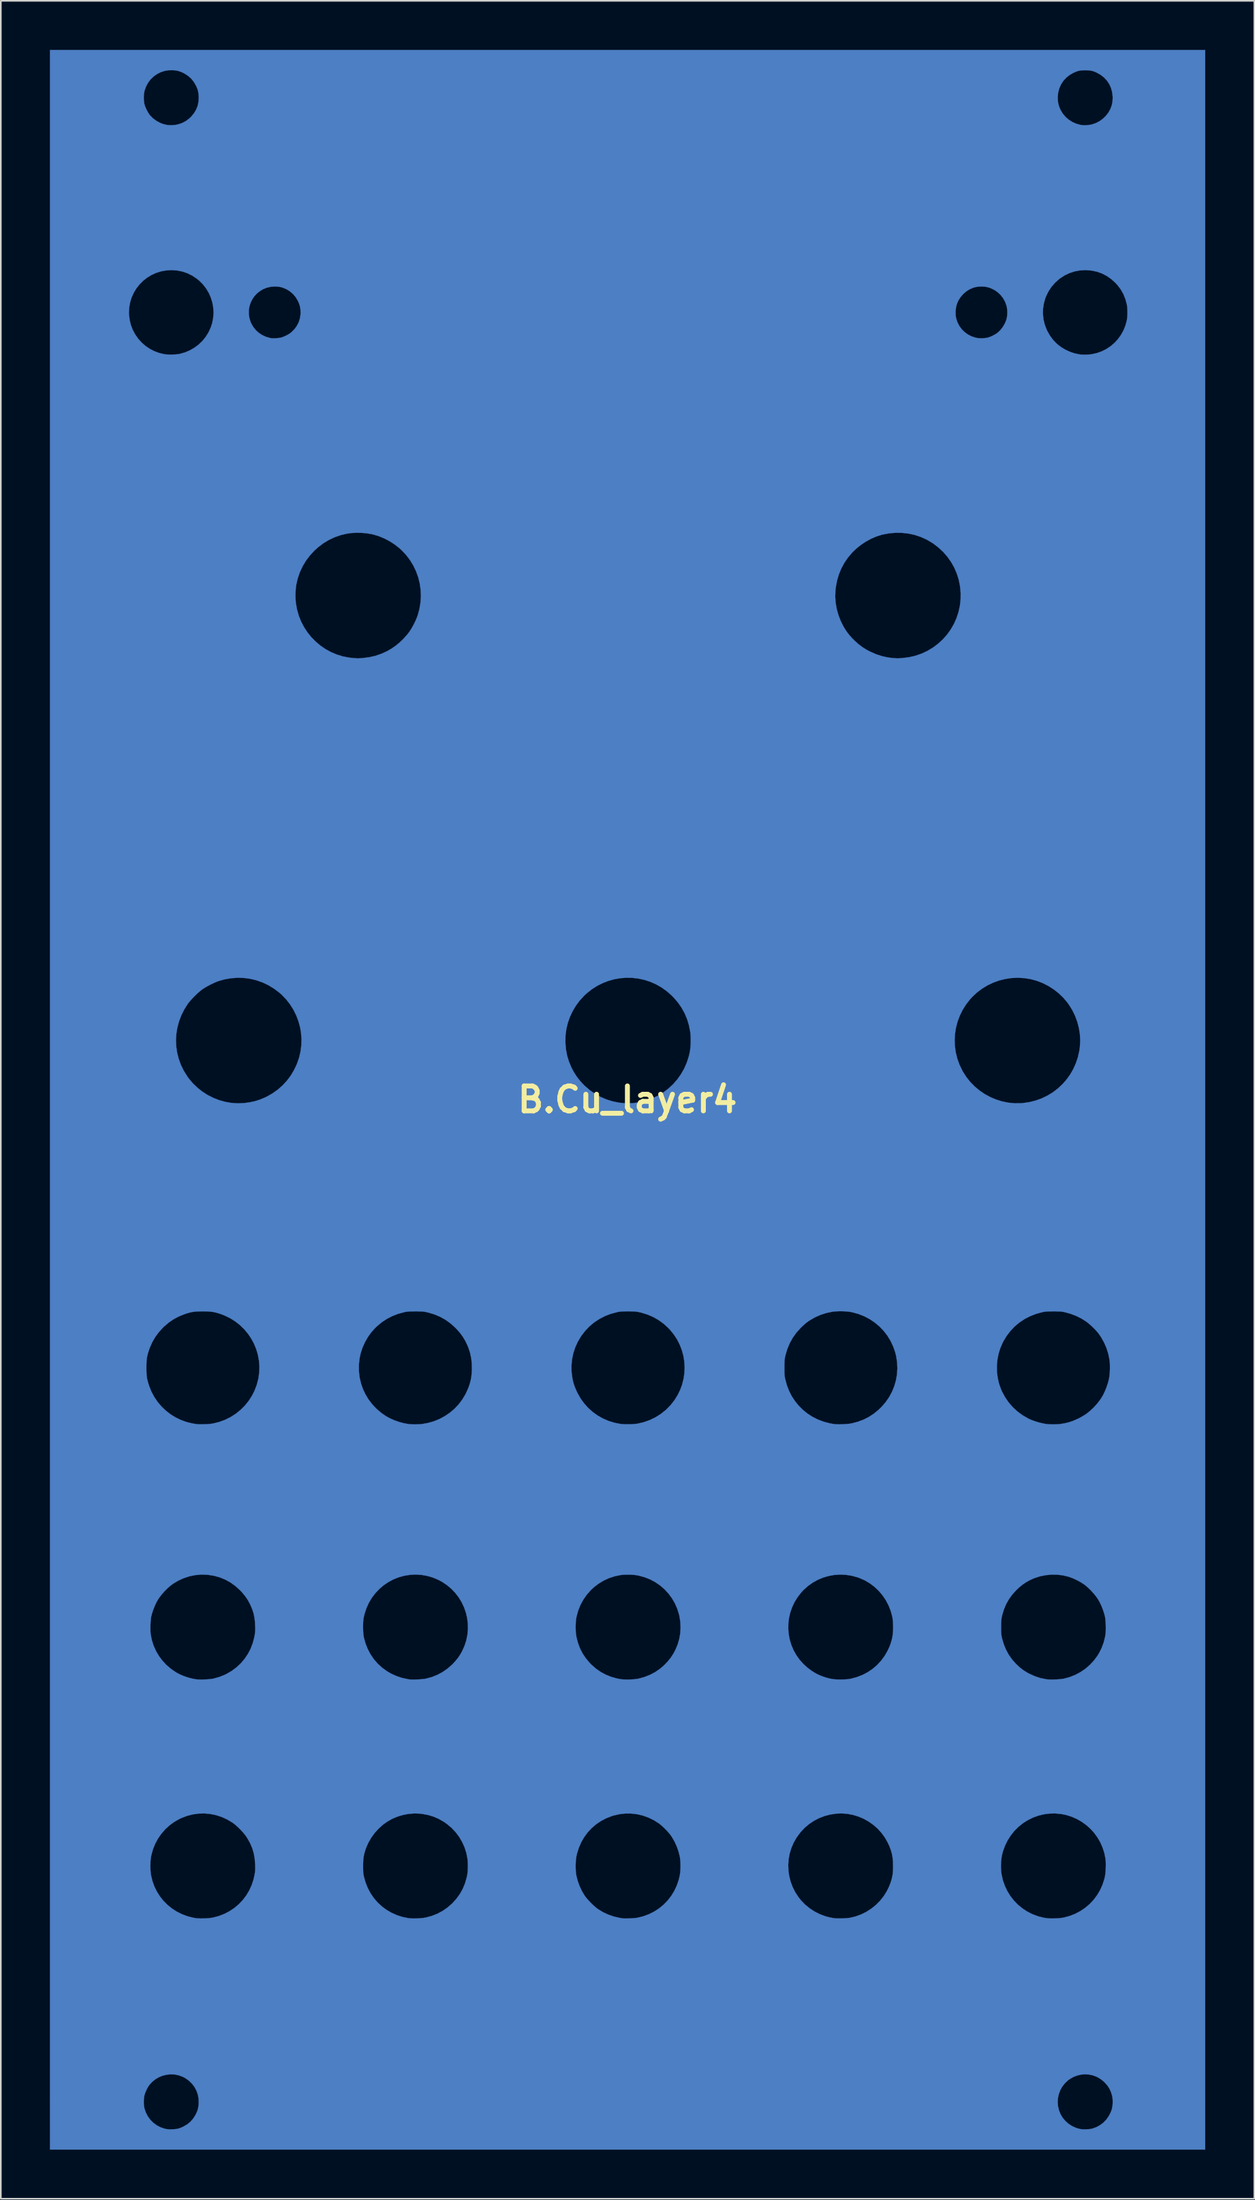
<source format=kicad_pcb>
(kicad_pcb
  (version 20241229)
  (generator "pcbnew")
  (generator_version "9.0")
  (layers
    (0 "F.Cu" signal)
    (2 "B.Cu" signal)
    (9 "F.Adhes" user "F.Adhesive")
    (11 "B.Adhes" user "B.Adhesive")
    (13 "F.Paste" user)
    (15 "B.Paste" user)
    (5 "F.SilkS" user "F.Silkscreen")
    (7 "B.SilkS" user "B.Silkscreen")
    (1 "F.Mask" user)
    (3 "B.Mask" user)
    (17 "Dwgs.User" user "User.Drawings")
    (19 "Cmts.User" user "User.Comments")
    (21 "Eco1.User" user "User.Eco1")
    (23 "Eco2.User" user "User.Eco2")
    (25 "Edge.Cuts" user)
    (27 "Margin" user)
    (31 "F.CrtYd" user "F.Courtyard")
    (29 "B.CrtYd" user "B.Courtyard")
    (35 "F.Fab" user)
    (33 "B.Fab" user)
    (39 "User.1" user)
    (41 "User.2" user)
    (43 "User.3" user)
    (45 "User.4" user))
  (footprint "B.Cu_layer4"
    (layer "F.Cu")
    (at 35.311 64.161)
    (property "Reference" "B.Cu_layer4" (at 0 0 0) (layer "F.SilkS") (effects (font (size 1.524 1.524) (thickness 0.3))))
    (attr through_hole)
    (fp_poly (pts (xy 35.327 64.177) (xy -35.306 64.177) (xy -35.306 61.21) (xy -29.569 61.21) (xy -29.567 61.385) (xy -29.551 61.549) (xy -29.529 61.662) (xy -29.444 61.914) (xy -29.322 62.147) (xy -29.169 62.356) (xy -28.987 62.539) (xy -28.779 62.693) (xy -28.548 62.814) (xy -28.298 62.9) (xy -28.217 62.919) (xy -28.107 62.934) (xy -27.97 62.941) (xy -27.82 62.939) (xy -27.672 62.93) (xy -27.541 62.914) (xy -27.464 62.898) (xy -27.387 62.873) (xy -27.289 62.835) (xy -27.187 62.79) (xy -27.146 62.771) (xy -26.917 62.636) (xy -26.719 62.475) (xy -26.551 62.284) (xy -26.411 62.062) (xy -26.383 62.008) (xy -26.313 61.852) (xy -26.264 61.711) (xy -26.233 61.566) (xy -26.214 61.403) (xy -26.211 61.34) (xy -26.212 61.283) (xy 26.308 61.283) (xy 26.33 61.536) (xy 26.39 61.785) (xy 26.482 62.012) (xy 26.614 62.233) (xy 26.78 62.431) (xy 26.974 62.602) (xy 27.193 62.744) (xy 27.432 62.852) (xy 27.665 62.919) (xy 27.774 62.934) (xy 27.91 62.941) (xy 28.059 62.939) (xy 28.206 62.931) (xy 28.337 62.915) (xy 28.416 62.898) (xy 28.667 62.809) (xy 28.897 62.684) (xy 29.104 62.527) (xy 29.285 62.339) (xy 29.437 62.123) (xy 29.558 61.881) (xy 29.612 61.733) (xy 29.649 61.574) (xy 29.669 61.392) (xy 29.673 61.202) (xy 29.659 61.019) (xy 29.636 60.892) (xy 29.564 60.654) (xy 29.465 60.442) (xy 29.335 60.248) (xy 29.168 60.063) (xy 29.129 60.025) (xy 28.926 59.863) (xy 28.706 59.736) (xy 28.472 59.646) (xy 28.23 59.593) (xy 27.982 59.576) (xy 27.734 59.596) (xy 27.489 59.654) (xy 27.253 59.748) (xy 27.029 59.88) (xy 26.935 59.951) (xy 26.745 60.129) (xy 26.589 60.33) (xy 26.465 60.551) (xy 26.377 60.786) (xy 26.324 61.032) (xy 26.308 61.283) (xy -26.212 61.283) (xy -26.217 61.077) (xy -26.263 60.824) (xy -26.347 60.583) (xy -26.466 60.359) (xy -26.619 60.155) (xy -26.802 59.975) (xy -27.014 59.823) (xy -27.185 59.731) (xy -27.424 59.642) (xy -27.67 59.591) (xy -27.92 59.579) (xy -28.168 59.602) (xy -28.41 59.661) (xy -28.641 59.753) (xy -28.856 59.878) (xy -29.051 60.034) (xy -29.221 60.221) (xy -29.272 60.292) (xy -29.345 60.412) (xy -29.416 60.556) (xy -29.479 60.706) (xy -29.525 60.845) (xy -29.536 60.89) (xy -29.559 61.04) (xy -29.569 61.21) (xy -35.306 61.21) (xy -35.306 46.92) (xy -29.166 46.92) (xy -29.157 47.127) (xy -29.138 47.317) (xy -29.127 47.395) (xy -29.045 47.748) (xy -28.926 48.085) (xy -28.772 48.402) (xy -28.585 48.699) (xy -28.368 48.972) (xy -28.121 49.22) (xy -27.849 49.441) (xy -27.552 49.632) (xy -27.234 49.791) (xy -26.896 49.917) (xy -26.541 50.007) (xy -26.352 50.038) (xy -26.232 50.048) (xy -26.082 50.052) (xy -25.914 50.05) (xy -25.741 50.042) (xy -25.575 50.03) (xy -25.428 50.012) (xy -25.344 49.998) (xy -24.985 49.903) (xy -24.646 49.772) (xy -24.327 49.606) (xy -24.031 49.408) (xy -23.76 49.179) (xy -23.517 48.923) (xy -23.303 48.641) (xy -23.121 48.335) (xy -22.972 48.007) (xy -22.858 47.66) (xy -22.793 47.36) (xy -22.776 47.252) (xy -22.764 47.155) (xy -22.758 47.058) (xy -22.757 46.949) (xy -22.759 46.826) (xy -16.16 46.826) (xy -16.16 46.852) (xy -16.159 47.01) (xy -16.156 47.135) (xy -16.151 47.235) (xy -16.142 47.32) (xy -16.13 47.399) (xy -16.113 47.482) (xy -16.113 47.484) (xy -16.01 47.85) (xy -15.872 48.196) (xy -15.699 48.519) (xy -15.493 48.818) (xy -15.254 49.091) (xy -14.983 49.337) (xy -14.744 49.513) (xy -14.427 49.7) (xy -14.092 49.85) (xy -13.743 49.962) (xy -13.384 50.033) (xy -13.343 50.038) (xy -13.215 50.048) (xy -13.057 50.052) (xy -12.883 50.049) (xy -12.706 50.04) (xy -12.538 50.026) (xy -12.392 50.007) (xy -12.33 49.995) (xy -11.968 49.898) (xy -11.625 49.764) (xy -11.303 49.592) (xy -11.002 49.385) (xy -10.723 49.142) (xy -10.709 49.128) (xy -10.458 48.851) (xy -10.245 48.557) (xy -10.069 48.242) (xy -9.93 47.907) (xy -9.828 47.551) (xy -9.789 47.36) (xy -9.772 47.228) (xy -9.761 47.068) (xy -9.758 46.957) (xy -3.164 46.957) (xy -3.156 47.148) (xy -3.14 47.317) (xy -3.126 47.403) (xy -3.044 47.734) (xy -2.929 48.059) (xy -2.785 48.368) (xy -2.616 48.651) (xy -2.593 48.686) (xy -2.504 48.801) (xy -2.391 48.932) (xy -2.261 49.069) (xy -2.123 49.205) (xy -1.988 49.328) (xy -1.863 49.432) (xy -1.802 49.477) (xy -1.499 49.662) (xy -1.171 49.815) (xy -0.823 49.935) (xy -0.456 50.018) (xy -0.275 50.046) (xy -0.197 50.051) (xy -0.087 50.053) (xy 0.044 50.05) (xy 0.184 50.045) (xy 0.324 50.037) (xy 0.453 50.027) (xy 0.56 50.015) (xy 0.614 50.007) (xy 0.975 49.917) (xy 1.317 49.79) (xy 1.639 49.628) (xy 1.938 49.433) (xy 2.212 49.208) (xy 2.459 48.954) (xy 2.677 48.674) (xy 2.864 48.369) (xy 3.018 48.041) (xy 3.137 47.693) (xy 3.2 47.429) (xy 3.228 47.236) (xy 3.244 47.019) (xy 3.248 46.79) (xy 3.247 46.776) (xy 9.833 46.776) (xy 9.845 47.123) (xy 9.895 47.467) (xy 9.982 47.806) (xy 10.106 48.135) (xy 10.266 48.452) (xy 10.463 48.753) (xy 10.621 48.95) (xy 10.869 49.206) (xy 11.147 49.433) (xy 11.448 49.629) (xy 11.767 49.79) (xy 12.102 49.915) (xy 12.319 49.973) (xy 12.426 49.996) (xy 12.537 50.018) (xy 12.632 50.034) (xy 12.658 50.038) (xy 12.759 50.047) (xy 12.892 50.05) (xy 13.043 50.05) (xy 13.202 50.045) (xy 13.357 50.036) (xy 13.497 50.024) (xy 13.61 50.009) (xy 13.616 50.008) (xy 13.963 49.924) (xy 14.297 49.801) (xy 14.614 49.643) (xy 14.912 49.452) (xy 15.188 49.229) (xy 15.438 48.978) (xy 15.66 48.702) (xy 15.851 48.402) (xy 16.008 48.081) (xy 16.095 47.849) (xy 16.149 47.675) (xy 16.189 47.515) (xy 16.217 47.358) (xy 16.234 47.192) (xy 16.242 47.004) (xy 16.244 46.852) (xy 16.242 46.793) (xy 22.842 46.793) (xy 22.845 47.012) (xy 22.858 47.217) (xy 22.877 47.36) (xy 22.959 47.72) (xy 23.079 48.061) (xy 23.233 48.384) (xy 23.42 48.685) (xy 23.637 48.962) (xy 23.882 49.213) (xy 24.153 49.436) (xy 24.448 49.629) (xy 24.764 49.789) (xy 25.099 49.915) (xy 25.451 50.004) (xy 25.667 50.038) (xy 25.796 50.048) (xy 25.954 50.052) (xy 26.128 50.049) (xy 26.305 50.04) (xy 26.473 50.026) (xy 26.619 50.006) (xy 26.681 49.995) (xy 27.039 49.899) (xy 27.379 49.766) (xy 27.698 49.598) (xy 27.994 49.397) (xy 28.265 49.167) (xy 28.508 48.907) (xy 28.721 48.622) (xy 28.903 48.313) (xy 29.051 47.981) (xy 29.164 47.629) (xy 29.191 47.513) (xy 29.213 47.388) (xy 29.23 47.233) (xy 29.242 47.059) (xy 29.249 46.879) (xy 29.25 46.704) (xy 29.245 46.546) (xy 29.233 46.417) (xy 29.233 46.415) (xy 29.162 46.058) (xy 29.054 45.719) (xy 28.913 45.398) (xy 28.739 45.099) (xy 28.537 44.821) (xy 28.307 44.568) (xy 28.054 44.342) (xy 27.778 44.143) (xy 27.484 43.974) (xy 27.172 43.837) (xy 26.846 43.733) (xy 26.508 43.664) (xy 26.161 43.633) (xy 25.807 43.64) (xy 25.497 43.679) (xy 25.143 43.762) (xy 24.805 43.883) (xy 24.485 44.039) (xy 24.187 44.229) (xy 23.912 44.45) (xy 23.662 44.699) (xy 23.441 44.976) (xy 23.249 45.276) (xy 23.09 45.599) (xy 22.965 45.942) (xy 22.9 46.192) (xy 22.87 46.37) (xy 22.851 46.575) (xy 22.842 46.793) (xy 16.242 46.793) (xy 16.237 46.571) (xy 16.212 46.319) (xy 16.168 46.083) (xy 16.102 45.854) (xy 16.012 45.62) (xy 15.916 45.413) (xy 15.742 45.105) (xy 15.535 44.821) (xy 15.299 44.563) (xy 15.037 44.333) (xy 14.753 44.131) (xy 14.45 43.961) (xy 14.13 43.824) (xy 13.799 43.723) (xy 13.457 43.658) (xy 13.11 43.631) (xy 12.788 43.643) (xy 12.414 43.697) (xy 12.056 43.79) (xy 11.716 43.921) (xy 11.396 44.088) (xy 11.098 44.29) (xy 10.823 44.526) (xy 10.574 44.795) (xy 10.351 45.096) (xy 10.341 45.112) (xy 10.163 45.424) (xy 10.023 45.75) (xy 9.921 46.086) (xy 9.858 46.429) (xy 9.833 46.776) (xy 3.247 46.776) (xy 3.239 46.567) (xy 3.218 46.363) (xy 3.209 46.302) (xy 3.134 45.985) (xy 3.024 45.666) (xy 2.884 45.358) (xy 2.72 45.073) (xy 2.652 44.973) (xy 2.558 44.852) (xy 2.44 44.717) (xy 2.306 44.579) (xy 2.168 44.445) (xy 2.034 44.327) (xy 1.915 44.235) (xy 1.602 44.038) (xy 1.273 43.88) (xy 0.933 43.76) (xy 0.584 43.679) (xy 0.23 43.638) (xy -0.128 43.637) (xy -0.484 43.677) (xy -0.838 43.758) (xy -0.955 43.794) (xy -1.301 43.93) (xy -1.624 44.1) (xy -1.922 44.303) (xy -2.193 44.537) (xy -2.435 44.799) (xy -2.647 45.088) (xy -2.826 45.402) (xy -2.972 45.739) (xy -3.083 46.096) (xy -3.114 46.228) (xy -3.138 46.38) (xy -3.155 46.561) (xy -3.164 46.758) (xy -3.164 46.957) (xy -9.758 46.957) (xy -9.756 46.892) (xy -9.757 46.714) (xy -9.764 46.547) (xy -9.778 46.405) (xy -9.779 46.399) (xy -9.849 46.045) (xy -9.958 45.702) (xy -10.105 45.376) (xy -10.287 45.067) (xy -10.502 44.78) (xy -10.749 44.518) (xy -11.026 44.283) (xy -11.218 44.148) (xy -11.528 43.97) (xy -11.849 43.83) (xy -12.186 43.728) (xy -12.541 43.661) (xy -12.703 43.643) (xy -13.041 43.633) (xy -13.385 43.661) (xy -13.727 43.727) (xy -14.062 43.828) (xy -14.382 43.963) (xy -14.658 44.117) (xy -14.942 44.318) (xy -15.204 44.553) (xy -15.443 44.815) (xy -15.652 45.1) (xy -15.829 45.403) (xy -15.97 45.719) (xy -16.009 45.83) (xy -16.062 46) (xy -16.102 46.153) (xy -16.13 46.3) (xy -16.147 46.454) (xy -16.157 46.626) (xy -16.16 46.826) (xy -22.759 46.826) (xy -22.759 46.814) (xy -22.761 46.747) (xy -22.788 46.396) (xy -22.846 46.069) (xy -22.938 45.759) (xy -23.065 45.458) (xy -23.231 45.159) (xy -23.298 45.054) (xy -23.398 44.918) (xy -23.523 44.769) (xy -23.665 44.616) (xy -23.815 44.469) (xy -23.964 44.336) (xy -24.102 44.226) (xy -24.156 44.188) (xy -24.481 43.997) (xy -24.817 43.845) (xy -25.161 43.734) (xy -25.512 43.663) (xy -25.867 43.632) (xy -26.223 43.642) (xy -26.578 43.692) (xy -26.929 43.783) (xy -27.274 43.915) (xy -27.4 43.975) (xy -27.714 44.155) (xy -28.004 44.367) (xy -28.267 44.61) (xy -28.5 44.88) (xy -28.703 45.174) (xy -28.873 45.489) (xy -29.007 45.823) (xy -29.104 46.173) (xy -29.136 46.344) (xy -29.156 46.514) (xy -29.166 46.711) (xy -29.166 46.92) (xy -35.306 46.92) (xy -35.306 32.327) (xy -29.164 32.327) (xy -29.162 32.48) (xy -29.154 32.611) (xy -29.148 32.668) (xy -29.08 33.024) (xy -28.972 33.367) (xy -28.827 33.695) (xy -28.646 34.004) (xy -28.431 34.292) (xy -28.184 34.557) (xy -27.907 34.795) (xy -27.601 35.005) (xy -27.573 35.022) (xy -27.36 35.134) (xy -27.118 35.236) (xy -26.861 35.324) (xy -26.604 35.391) (xy -26.384 35.431) (xy -26.267 35.442) (xy -26.12 35.447) (xy -25.955 35.446) (xy -25.783 35.44) (xy -25.616 35.43) (xy -25.466 35.415) (xy -25.343 35.397) (xy -25.32 35.392) (xy -24.968 35.296) (xy -24.634 35.164) (xy -24.509 35.103) (xy -24.19 34.917) (xy -23.899 34.699) (xy -23.636 34.452) (xy -23.403 34.178) (xy -23.203 33.88) (xy -23.036 33.559) (xy -22.906 33.219) (xy -22.813 32.862) (xy -22.794 32.762) (xy -22.776 32.652) (xy -22.765 32.555) (xy -22.758 32.459) (xy -22.756 32.351) (xy -22.757 32.297) (xy -16.162 32.297) (xy -16.157 32.483) (xy -16.145 32.656) (xy -16.126 32.805) (xy -16.113 32.877) (xy -16.011 33.243) (xy -15.873 33.589) (xy -15.702 33.911) (xy -15.498 34.209) (xy -15.262 34.481) (xy -14.997 34.724) (xy -14.703 34.937) (xy -14.436 35.092) (xy -14.099 35.242) (xy -13.747 35.356) (xy -13.389 35.431) (xy -13.314 35.441) (xy -13.221 35.448) (xy -13.096 35.449) (xy -12.951 35.447) (xy -12.797 35.44) (xy -12.643 35.431) (xy -12.501 35.418) (xy -12.381 35.404) (xy -12.315 35.392) (xy -11.956 35.294) (xy -11.615 35.158) (xy -11.294 34.985) (xy -10.994 34.776) (xy -10.718 34.531) (xy -10.7 34.513) (xy -10.518 34.32) (xy -10.366 34.133) (xy -10.234 33.938) (xy -10.113 33.725) (xy -10.108 33.714) (xy -9.959 33.385) (xy -9.851 33.048) (xy -9.782 32.706) (xy -9.751 32.363) (xy -9.754 32.231) (xy -3.166 32.231) (xy -3.161 32.453) (xy -3.144 32.661) (xy -3.117 32.841) (xy -3.026 33.198) (xy -2.903 33.531) (xy -2.745 33.842) (xy -2.551 34.136) (xy -2.318 34.415) (xy -2.196 34.541) (xy -1.922 34.782) (xy -1.625 34.988) (xy -1.306 35.158) (xy -0.965 35.292) (xy -0.604 35.39) (xy -0.431 35.422) (xy -0.294 35.438) (xy -0.128 35.446) (xy 0.054 35.447) (xy 0.241 35.441) (xy 0.42 35.429) (xy 0.579 35.41) (xy 0.673 35.394) (xy 1.036 35.295) (xy 1.379 35.16) (xy 1.7 34.99) (xy 1.997 34.786) (xy 2.238 34.578) (xy 2.458 34.351) (xy 2.645 34.118) (xy 2.808 33.869) (xy 2.928 33.644) (xy 3.068 33.314) (xy 3.169 32.971) (xy 3.231 32.619) (xy 3.246 32.365) (xy 9.835 32.365) (xy 9.866 32.7) (xy 9.931 33.03) (xy 10.031 33.352) (xy 10.164 33.664) (xy 10.332 33.962) (xy 10.533 34.242) (xy 10.767 34.503) (xy 11.033 34.742) (xy 11.258 34.907) (xy 11.403 35.001) (xy 11.529 35.076) (xy 11.65 35.138) (xy 11.779 35.195) (xy 11.917 35.249) (xy 12.139 35.325) (xy 12.344 35.381) (xy 12.543 35.419) (xy 12.751 35.44) (xy 12.98 35.446) (xy 13.113 35.445) (xy 13.297 35.439) (xy 13.45 35.428) (xy 13.582 35.411) (xy 13.682 35.392) (xy 14.042 35.295) (xy 14.383 35.161) (xy 14.703 34.992) (xy 15 34.789) (xy 15.271 34.555) (xy 15.516 34.29) (xy 15.73 33.998) (xy 15.912 33.679) (xy 15.929 33.644) (xy 16.021 33.444) (xy 16.092 33.256) (xy 16.15 33.062) (xy 16.196 32.872) (xy 16.222 32.711) (xy 16.239 32.522) (xy 16.247 32.316) (xy 16.246 32.247) (xy 22.851 32.247) (xy 22.851 32.401) (xy 22.853 32.521) (xy 22.856 32.616) (xy 22.863 32.695) (xy 22.873 32.766) (xy 22.886 32.838) (xy 22.905 32.92) (xy 22.906 32.925) (xy 23.011 33.287) (xy 23.148 33.621) (xy 23.317 33.932) (xy 23.521 34.221) (xy 23.761 34.491) (xy 23.782 34.512) (xy 23.991 34.706) (xy 24.202 34.87) (xy 24.43 35.014) (xy 24.559 35.084) (xy 24.901 35.241) (xy 25.249 35.356) (xy 25.601 35.428) (xy 25.623 35.431) (xy 25.742 35.442) (xy 25.891 35.447) (xy 26.059 35.446) (xy 26.234 35.44) (xy 26.403 35.429) (xy 26.556 35.414) (xy 26.68 35.395) (xy 26.695 35.392) (xy 27.049 35.295) (xy 27.388 35.16) (xy 27.707 34.989) (xy 28.006 34.784) (xy 28.28 34.547) (xy 28.527 34.28) (xy 28.744 33.986) (xy 28.846 33.817) (xy 28.996 33.516) (xy 29.116 33.192) (xy 29.201 32.86) (xy 29.233 32.668) (xy 29.243 32.553) (xy 29.248 32.41) (xy 29.249 32.25) (xy 29.245 32.084) (xy 29.236 31.921) (xy 29.224 31.774) (xy 29.209 31.652) (xy 29.2 31.602) (xy 29.143 31.386) (xy 29.067 31.16) (xy 28.978 30.936) (xy 28.88 30.729) (xy 28.778 30.549) (xy 28.769 30.535) (xy 28.644 30.357) (xy 28.494 30.173) (xy 28.33 29.994) (xy 28.161 29.829) (xy 27.995 29.688) (xy 27.919 29.63) (xy 27.723 29.504) (xy 27.503 29.384) (xy 27.274 29.276) (xy 27.05 29.189) (xy 26.95 29.157) (xy 26.613 29.078) (xy 26.265 29.038) (xy 25.912 29.036) (xy 25.56 29.071) (xy 25.214 29.143) (xy 24.881 29.251) (xy 24.623 29.365) (xy 24.382 29.498) (xy 24.165 29.644) (xy 23.957 29.814) (xy 23.78 29.981) (xy 23.537 30.25) (xy 23.332 30.531) (xy 23.163 30.828) (xy 23.027 31.146) (xy 22.922 31.49) (xy 22.897 31.598) (xy 22.881 31.676) (xy 22.869 31.752) (xy 22.86 31.833) (xy 22.855 31.928) (xy 22.852 32.045) (xy 22.851 32.194) (xy 22.851 32.247) (xy 16.246 32.247) (xy 16.246 32.105) (xy 16.235 31.902) (xy 16.216 31.72) (xy 16.196 31.608) (xy 16.099 31.253) (xy 15.965 30.914) (xy 15.797 30.596) (xy 15.597 30.3) (xy 15.367 30.029) (xy 15.11 29.785) (xy 14.827 29.572) (xy 14.521 29.39) (xy 14.193 29.244) (xy 14.068 29.2) (xy 13.714 29.103) (xy 13.358 29.048) (xy 13.001 29.033) (xy 12.648 29.056) (xy 12.301 29.118) (xy 11.964 29.217) (xy 11.64 29.353) (xy 11.331 29.525) (xy 11.041 29.731) (xy 10.773 29.972) (xy 10.631 30.125) (xy 10.406 30.413) (xy 10.219 30.716) (xy 10.07 31.032) (xy 9.957 31.358) (xy 9.88 31.691) (xy 9.84 32.027) (xy 9.835 32.365) (xy 3.246 32.365) (xy 3.252 32.261) (xy 3.233 31.901) (xy 3.174 31.545) (xy 3.155 31.467) (xy 3.046 31.116) (xy 2.9 30.784) (xy 2.72 30.475) (xy 2.508 30.19) (xy 2.268 29.93) (xy 2 29.699) (xy 1.708 29.498) (xy 1.394 29.33) (xy 1.06 29.197) (xy 0.708 29.1) (xy 0.55 29.07) (xy 0.412 29.053) (xy 0.247 29.042) (xy 0.069 29.037) (xy -0.109 29.038) (xy -0.272 29.046) (xy -0.408 29.06) (xy -0.413 29.06) (xy -0.78 29.137) (xy -1.13 29.252) (xy -1.461 29.405) (xy -1.772 29.594) (xy -2.062 29.82) (xy -2.244 29.991) (xy -2.49 30.271) (xy -2.699 30.572) (xy -2.873 30.894) (xy -3.01 31.238) (xy -3.11 31.603) (xy -3.114 31.623) (xy -3.142 31.803) (xy -3.16 32.01) (xy -3.166 32.231) (xy -9.754 32.231) (xy -9.758 32.021) (xy -9.8 31.683) (xy -9.877 31.353) (xy -9.989 31.032) (xy -10.134 30.724) (xy -10.312 30.432) (xy -10.521 30.159) (xy -10.76 29.907) (xy -11.028 29.681) (xy -11.325 29.481) (xy -11.552 29.359) (xy -11.886 29.217) (xy -12.229 29.116) (xy -12.577 29.054) (xy -12.928 29.031) (xy -13.279 29.047) (xy -13.625 29.101) (xy -13.963 29.192) (xy -14.291 29.32) (xy -14.605 29.485) (xy -14.901 29.686) (xy -15.152 29.9) (xy -15.407 30.166) (xy -15.626 30.453) (xy -15.809 30.76) (xy -15.958 31.092) (xy -16.074 31.448) (xy -16.121 31.644) (xy -16.141 31.772) (xy -16.155 31.931) (xy -16.162 32.109) (xy -16.162 32.297) (xy -22.757 32.297) (xy -22.759 32.219) (xy -22.761 32.142) (xy -22.778 31.862) (xy -22.813 31.61) (xy -22.867 31.372) (xy -22.945 31.137) (xy -23.049 30.892) (xy -23.063 30.862) (xy -23.202 30.602) (xy -23.365 30.359) (xy -23.559 30.124) (xy -23.695 29.981) (xy -23.974 29.729) (xy -24.27 29.516) (xy -24.584 29.342) (xy -24.915 29.206) (xy -25.264 29.109) (xy -25.63 29.05) (xy -25.707 29.042) (xy -26.067 29.033) (xy -26.425 29.065) (xy -26.778 29.137) (xy -27.123 29.25) (xy -27.457 29.401) (xy -27.77 29.587) (xy -27.949 29.721) (xy -28.135 29.885) (xy -28.317 30.07) (xy -28.488 30.266) (xy -28.636 30.463) (xy -28.685 30.535) (xy -28.786 30.711) (xy -28.885 30.917) (xy -28.975 31.14) (xy -29.052 31.366) (xy -29.111 31.583) (xy -29.115 31.602) (xy -29.132 31.705) (xy -29.146 31.84) (xy -29.156 31.996) (xy -29.162 32.162) (xy -29.164 32.327) (xy -35.306 32.327) (xy -35.306 16.384) (xy -29.409 16.384) (xy -29.409 16.394) (xy -29.407 16.593) (xy -29.401 16.76) (xy -29.388 16.906) (xy -29.369 17.04) (xy -29.34 17.173) (xy -29.301 17.314) (xy -29.25 17.475) (xy -29.243 17.495) (xy -29.105 17.842) (xy -28.932 18.169) (xy -28.725 18.474) (xy -28.488 18.755) (xy -28.223 19.009) (xy -27.934 19.234) (xy -27.622 19.427) (xy -27.291 19.587) (xy -26.943 19.71) (xy -26.612 19.79) (xy -26.493 19.811) (xy -26.399 19.827) (xy -26.32 19.838) (xy -26.243 19.844) (xy -26.159 19.847) (xy -26.057 19.846) (xy -25.927 19.844) (xy -25.887 19.844) (xy -25.682 19.836) (xy -25.507 19.822) (xy -25.352 19.8) (xy -25.308 19.791) (xy -24.94 19.698) (xy -24.589 19.567) (xy -24.258 19.401) (xy -23.948 19.203) (xy -23.662 18.973) (xy -23.401 18.715) (xy -23.17 18.431) (xy -22.968 18.124) (xy -22.8 17.794) (xy -22.666 17.445) (xy -22.57 17.079) (xy -22.563 17.047) (xy -22.512 16.677) (xy -22.501 16.309) (xy -22.506 16.245) (xy -16.419 16.245) (xy -16.415 16.622) (xy -16.371 16.991) (xy -16.287 17.351) (xy -16.166 17.698) (xy -16.008 18.03) (xy -15.816 18.344) (xy -15.589 18.638) (xy -15.331 18.908) (xy -15.042 19.153) (xy -14.753 19.352) (xy -14.512 19.484) (xy -14.243 19.603) (xy -13.96 19.702) (xy -13.674 19.779) (xy -13.399 19.829) (xy -13.303 19.84) (xy -13.181 19.847) (xy -13.036 19.85) (xy -12.883 19.849) (xy -12.737 19.845) (xy -12.612 19.836) (xy -12.572 19.832) (xy -12.191 19.764) (xy -11.826 19.659) (xy -11.479 19.517) (xy -11.153 19.34) (xy -10.848 19.131) (xy -10.569 18.892) (xy -10.316 18.623) (xy -10.093 18.327) (xy -9.9 18.005) (xy -9.741 17.66) (xy -9.685 17.508) (xy -9.624 17.316) (xy -9.578 17.139) (xy -9.546 16.962) (xy -9.524 16.773) (xy -9.512 16.559) (xy -9.51 16.51) (xy -9.513 16.242) (xy -3.419 16.242) (xy -3.415 16.619) (xy -3.368 16.998) (xy -3.345 17.117) (xy -3.303 17.296) (xy -3.253 17.461) (xy -3.191 17.627) (xy -3.112 17.806) (xy -3.048 17.939) (xy -2.862 18.268) (xy -2.643 18.572) (xy -2.394 18.848) (xy -2.118 19.095) (xy -1.817 19.311) (xy -1.494 19.493) (xy -1.15 19.641) (xy -0.789 19.752) (xy -0.426 19.824) (xy -0.292 19.837) (xy -0.129 19.844) (xy 0.051 19.845) (xy 0.234 19.841) (xy 0.408 19.831) (xy 0.561 19.815) (xy 0.635 19.804) (xy 1.008 19.715) (xy 1.367 19.587) (xy 1.709 19.422) (xy 2.03 19.222) (xy 2.327 18.987) (xy 2.391 18.929) (xy 2.654 18.657) (xy 2.881 18.365) (xy 3.073 18.056) (xy 3.23 17.732) (xy 3.351 17.397) (xy 3.436 17.053) (xy 3.486 16.703) (xy 3.499 16.383) (xy 9.6 16.383) (xy 9.6 16.544) (xy 9.602 16.671) (xy 9.605 16.772) (xy 9.611 16.855) (xy 9.619 16.928) (xy 9.631 17) (xy 9.648 17.077) (xy 9.648 17.079) (xy 9.749 17.451) (xy 9.88 17.795) (xy 10.043 18.117) (xy 10.24 18.42) (xy 10.446 18.677) (xy 10.709 18.946) (xy 10.999 19.183) (xy 11.314 19.387) (xy 11.651 19.557) (xy 12.009 19.691) (xy 12.386 19.789) (xy 12.636 19.833) (xy 12.749 19.843) (xy 12.892 19.847) (xy 13.054 19.846) (xy 13.225 19.84) (xy 13.392 19.829) (xy 13.546 19.815) (xy 13.673 19.797) (xy 13.705 19.791) (xy 14.079 19.694) (xy 14.428 19.565) (xy 14.755 19.4) (xy 15.063 19.199) (xy 15.354 18.96) (xy 15.549 18.77) (xy 15.794 18.485) (xy 16.005 18.179) (xy 16.18 17.853) (xy 16.318 17.512) (xy 16.419 17.16) (xy 16.482 16.798) (xy 16.506 16.43) (xy 16.499 16.272) (xy 22.59 16.272) (xy 22.596 16.639) (xy 22.641 17.003) (xy 22.723 17.36) (xy 22.844 17.705) (xy 22.91 17.854) (xy 23.096 18.196) (xy 23.314 18.512) (xy 23.564 18.8) (xy 23.844 19.058) (xy 24.154 19.287) (xy 24.493 19.485) (xy 24.53 19.504) (xy 24.703 19.581) (xy 24.906 19.656) (xy 25.124 19.723) (xy 25.344 19.779) (xy 25.552 19.82) (xy 25.707 19.84) (xy 25.83 19.847) (xy 25.976 19.85) (xy 26.129 19.849) (xy 26.275 19.845) (xy 26.4 19.836) (xy 26.438 19.832) (xy 26.73 19.786) (xy 26.999 19.721) (xy 27.258 19.633) (xy 27.524 19.516) (xy 27.591 19.484) (xy 27.713 19.42) (xy 27.842 19.346) (xy 27.965 19.271) (xy 28.064 19.205) (xy 28.066 19.204) (xy 28.291 19.025) (xy 28.513 18.815) (xy 28.722 18.583) (xy 28.908 18.341) (xy 28.981 18.233) (xy 29.092 18.041) (xy 29.197 17.82) (xy 29.293 17.582) (xy 29.375 17.34) (xy 29.437 17.105) (xy 29.446 17.064) (xy 29.472 16.896) (xy 29.491 16.7) (xy 29.501 16.49) (xy 29.502 16.279) (xy 29.495 16.08) (xy 29.477 15.908) (xy 29.476 15.901) (xy 29.402 15.538) (xy 29.288 15.18) (xy 29.138 14.835) (xy 28.953 14.509) (xy 28.799 14.287) (xy 28.706 14.175) (xy 28.588 14.047) (xy 28.454 13.914) (xy 28.315 13.783) (xy 28.178 13.666) (xy 28.056 13.57) (xy 28.045 13.563) (xy 27.755 13.38) (xy 27.436 13.222) (xy 27.099 13.093) (xy 26.75 12.997) (xy 26.728 12.992) (xy 26.649 12.976) (xy 26.574 12.964) (xy 26.496 12.955) (xy 26.406 12.95) (xy 26.297 12.947) (xy 26.158 12.945) (xy 26.046 12.945) (xy 25.883 12.946) (xy 25.755 12.948) (xy 25.653 12.952) (xy 25.568 12.959) (xy 25.493 12.969) (xy 25.418 12.982) (xy 25.37 12.992) (xy 24.985 13.098) (xy 24.622 13.24) (xy 24.283 13.415) (xy 23.97 13.623) (xy 23.682 13.864) (xy 23.423 14.137) (xy 23.191 14.44) (xy 22.99 14.772) (xy 22.944 14.861) (xy 22.799 15.196) (xy 22.691 15.546) (xy 22.622 15.906) (xy 22.59 16.272) (xy 16.499 16.272) (xy 16.49 16.06) (xy 16.434 15.691) (xy 16.372 15.441) (xy 16.246 15.08) (xy 16.085 14.74) (xy 15.89 14.423) (xy 15.663 14.13) (xy 15.407 13.864) (xy 15.123 13.627) (xy 14.814 13.42) (xy 14.482 13.245) (xy 14.128 13.105) (xy 13.755 13.001) (xy 13.724 12.994) (xy 13.559 12.967) (xy 13.365 12.947) (xy 13.155 12.937) (xy 12.944 12.936) (xy 12.743 12.944) (xy 12.567 12.961) (xy 12.559 12.962) (xy 12.18 13.039) (xy 11.814 13.156) (xy 11.463 13.312) (xy 11.129 13.507) (xy 10.973 13.616) (xy 10.905 13.67) (xy 10.818 13.746) (xy 10.72 13.835) (xy 10.622 13.929) (xy 10.583 13.968) (xy 10.328 14.252) (xy 10.111 14.557) (xy 9.929 14.883) (xy 9.782 15.233) (xy 9.669 15.607) (xy 9.648 15.698) (xy 9.632 15.775) (xy 9.62 15.848) (xy 9.612 15.926) (xy 9.606 16.017) (xy 9.603 16.129) (xy 9.601 16.27) (xy 9.6 16.383) (xy 3.499 16.383) (xy 3.5 16.351) (xy 3.478 15.999) (xy 3.42 15.65) (xy 3.326 15.307) (xy 3.196 14.973) (xy 3.03 14.651) (xy 2.828 14.344) (xy 2.59 14.055) (xy 2.512 13.973) (xy 2.228 13.712) (xy 1.925 13.489) (xy 1.601 13.301) (xy 1.255 13.149) (xy 0.886 13.033) (xy 0.72 12.993) (xy 0.637 12.976) (xy 0.559 12.964) (xy 0.479 12.955) (xy 0.386 12.95) (xy 0.272 12.946) (xy 0.129 12.945) (xy 0.042 12.945) (xy -0.118 12.945) (xy -0.244 12.947) (xy -0.345 12.951) (xy -0.43 12.958) (xy -0.507 12.968) (xy -0.584 12.982) (xy -0.635 12.993) (xy -1.017 13.096) (xy -1.377 13.235) (xy -1.715 13.41) (xy -2.03 13.618) (xy -2.319 13.86) (xy -2.581 14.134) (xy -2.815 14.439) (xy -2.839 14.475) (xy -3.034 14.803) (xy -3.19 15.147) (xy -3.306 15.503) (xy -3.383 15.869) (xy -3.419 16.242) (xy -9.513 16.242) (xy -9.513 16.155) (xy -9.547 15.823) (xy -9.612 15.507) (xy -9.71 15.198) (xy -9.786 15.012) (xy -9.914 14.746) (xy -10.057 14.506) (xy -10.221 14.279) (xy -10.415 14.056) (xy -10.53 13.938) (xy -10.814 13.682) (xy -11.119 13.463) (xy -11.445 13.28) (xy -11.793 13.132) (xy -12.165 13.02) (xy -12.282 12.992) (xy -12.361 12.976) (xy -12.436 12.964) (xy -12.514 12.955) (xy -12.604 12.95) (xy -12.714 12.947) (xy -12.852 12.945) (xy -12.965 12.945) (xy -13.127 12.946) (xy -13.255 12.948) (xy -13.358 12.952) (xy -13.442 12.959) (xy -13.518 12.969) (xy -13.592 12.982) (xy -13.64 12.992) (xy -14.023 13.097) (xy -14.38 13.235) (xy -14.714 13.408) (xy -15.026 13.616) (xy -15.317 13.86) (xy -15.431 13.97) (xy -15.653 14.217) (xy -15.845 14.481) (xy -16.015 14.771) (xy -16.055 14.848) (xy -16.199 15.172) (xy -16.305 15.493) (xy -16.376 15.821) (xy -16.414 16.166) (xy -16.419 16.245) (xy -22.506 16.245) (xy -22.529 15.946) (xy -22.595 15.592) (xy -22.697 15.248) (xy -22.834 14.917) (xy -23.003 14.602) (xy -23.204 14.306) (xy -23.436 14.031) (xy -23.695 13.78) (xy -23.981 13.556) (xy -24.293 13.361) (xy -24.629 13.198) (xy -24.846 13.114) (xy -25.017 13.058) (xy -25.171 13.016) (xy -25.319 12.984) (xy -25.471 12.963) (xy -25.637 12.951) (xy -25.828 12.945) (xy -25.971 12.944) (xy -26.177 12.947) (xy -26.351 12.954) (xy -26.503 12.969) (xy -26.644 12.991) (xy -26.785 13.024) (xy -26.935 13.067) (xy -27.075 13.114) (xy -27.418 13.251) (xy -27.734 13.418) (xy -28.03 13.619) (xy -28.31 13.856) (xy -28.406 13.949) (xy -28.657 14.225) (xy -28.87 14.515) (xy -29.049 14.823) (xy -29.196 15.156) (xy -29.24 15.279) (xy -29.295 15.443) (xy -29.336 15.588) (xy -29.367 15.725) (xy -29.388 15.862) (xy -29.401 16.011) (xy -29.407 16.182) (xy -29.409 16.384) (xy -35.306 16.384) (xy -35.306 -3.633) (xy -27.601 -3.633) (xy -27.585 -3.251) (xy -27.53 -2.872) (xy -27.436 -2.498) (xy -27.304 -2.133) (xy -27.132 -1.779) (xy -26.922 -1.438) (xy -26.817 -1.291) (xy -26.565 -0.992) (xy -26.285 -0.723) (xy -25.981 -0.484) (xy -25.656 -0.277) (xy -25.312 -0.103) (xy -24.954 0.036) (xy -24.585 0.138) (xy -24.207 0.203) (xy -23.825 0.228) (xy -23.442 0.212) (xy -23.428 0.211) (xy -23.088 0.165) (xy -22.773 0.096) (xy -22.47 0.000405) (xy -22.167 -0.126) (xy -22.045 -0.185) (xy -21.701 -0.38) (xy -21.38 -0.609) (xy -21.084 -0.869) (xy -20.818 -1.157) (xy -20.592 -1.459) (xy -20.383 -1.807) (xy -20.212 -2.169) (xy -20.081 -2.543) (xy -19.989 -2.926) (xy -19.938 -3.316) (xy -19.934 -3.456) (xy -3.79 -3.456) (xy -3.756 -3.067) (xy -3.685 -2.692) (xy -3.575 -2.328) (xy -3.426 -1.972) (xy -3.409 -1.937) (xy -3.254 -1.648) (xy -3.083 -1.385) (xy -2.888 -1.138) (xy -2.661 -0.896) (xy -2.594 -0.831) (xy -2.294 -0.572) (xy -1.97 -0.348) (xy -1.628 -0.159) (xy -1.269 -0.006) (xy -0.897 0.109) (xy -0.515 0.186) (xy -0.128 0.224) (xy 0.263 0.221) (xy 0.393 0.21) (xy 0.791 0.151) (xy 1.174 0.053) (xy 1.54 -0.081) (xy 1.888 -0.251) (xy 2.215 -0.453) (xy 2.52 -0.686) (xy 2.799 -0.948) (xy 3.052 -1.238) (xy 3.275 -1.553) (xy 3.467 -1.891) (xy 3.626 -2.25) (xy 3.749 -2.629) (xy 3.811 -2.89) (xy 3.839 -3.073) (xy 3.859 -3.283) (xy 3.87 -3.507) (xy 3.87 -3.653) (xy 20.009 -3.653) (xy 20.024 -3.269) (xy 20.078 -2.887) (xy 20.17 -2.51) (xy 20.302 -2.14) (xy 20.474 -1.781) (xy 20.515 -1.706) (xy 20.728 -1.376) (xy 20.971 -1.071) (xy 21.243 -0.795) (xy 21.539 -0.549) (xy 21.857 -0.333) (xy 22.195 -0.15) (xy 22.548 -0.002) (xy 22.915 0.111) (xy 23.292 0.187) (xy 23.677 0.224) (xy 24.066 0.22) (xy 24.183 0.211) (xy 24.582 0.153) (xy 24.966 0.056) (xy 25.332 -0.076) (xy 25.68 -0.244) (xy 26.007 -0.443) (xy 26.311 -0.673) (xy 26.59 -0.932) (xy 26.842 -1.217) (xy 27.065 -1.527) (xy 27.257 -1.86) (xy 27.416 -2.213) (xy 27.541 -2.585) (xy 27.629 -2.974) (xy 27.664 -3.222) (xy 27.685 -3.607) (xy 27.665 -3.994) (xy 27.605 -4.378) (xy 27.506 -4.756) (xy 27.37 -5.123) (xy 27.198 -5.475) (xy 26.989 -5.81) (xy 26.908 -5.923) (xy 26.658 -6.22) (xy 26.378 -6.491) (xy 26.071 -6.733) (xy 25.741 -6.944) (xy 25.392 -7.122) (xy 25.029 -7.262) (xy 24.659 -7.362) (xy 24.269 -7.425) (xy 23.877 -7.447) (xy 23.488 -7.43) (xy 23.104 -7.373) (xy 22.728 -7.279) (xy 22.364 -7.147) (xy 22.015 -6.981) (xy 21.683 -6.779) (xy 21.372 -6.544) (xy 21.086 -6.277) (xy 20.964 -6.144) (xy 20.716 -5.829) (xy 20.505 -5.496) (xy 20.331 -5.147) (xy 20.194 -4.785) (xy 20.094 -4.414) (xy 20.033 -4.035) (xy 20.009 -3.653) (xy 3.87 -3.653) (xy 3.871 -3.731) (xy 3.862 -3.942) (xy 3.844 -4.126) (xy 3.843 -4.128) (xy 3.765 -4.531) (xy 3.65 -4.915) (xy 3.498 -5.278) (xy 3.308 -5.621) (xy 3.08 -5.946) (xy 2.814 -6.254) (xy 2.696 -6.372) (xy 2.397 -6.634) (xy 2.079 -6.859) (xy 1.745 -7.048) (xy 1.397 -7.201) (xy 1.04 -7.317) (xy 0.674 -7.397) (xy 0.304 -7.441) (xy -0.068 -7.448) (xy -0.44 -7.419) (xy -0.808 -7.355) (xy -1.169 -7.253) (xy -1.522 -7.116) (xy -1.862 -6.943) (xy -2.188 -6.733) (xy -2.496 -6.488) (xy -2.66 -6.334) (xy -2.921 -6.047) (xy -3.152 -5.735) (xy -3.35 -5.403) (xy -3.514 -5.053) (xy -3.641 -4.692) (xy -3.731 -4.321) (xy -3.781 -3.947) (xy -3.786 -3.863) (xy -3.79 -3.456) (xy -19.934 -3.456) (xy -19.927 -3.709) (xy -19.958 -4.103) (xy -20.004 -4.378) (xy -20.104 -4.762) (xy -20.242 -5.132) (xy -20.416 -5.485) (xy -20.625 -5.818) (xy -20.865 -6.126) (xy -21.136 -6.406) (xy -21.278 -6.532) (xy -21.604 -6.78) (xy -21.948 -6.989) (xy -22.306 -7.16) (xy -22.677 -7.291) (xy -23.057 -7.383) (xy -23.446 -7.435) (xy -23.839 -7.447) (xy -24.236 -7.418) (xy -24.634 -7.347) (xy -24.966 -7.257) (xy -25.113 -7.203) (xy -25.283 -7.129) (xy -25.465 -7.042) (xy -25.646 -6.948) (xy -25.815 -6.851) (xy -25.961 -6.759) (xy -25.993 -6.737) (xy -26.116 -6.642) (xy -26.254 -6.522) (xy -26.399 -6.386) (xy -26.543 -6.241) (xy -26.678 -6.097) (xy -26.794 -5.962) (xy -26.882 -5.847) (xy -27.099 -5.501) (xy -27.278 -5.142) (xy -27.417 -4.773) (xy -27.517 -4.397) (xy -27.579 -4.016) (xy -27.601 -3.633) (xy -35.306 -3.633) (xy -35.306 -30.805) (xy -20.295 -30.805) (xy -20.289 -30.572) (xy -20.271 -30.358) (xy -20.269 -30.339) (xy -20.199 -29.949) (xy -20.091 -29.574) (xy -19.947 -29.216) (xy -19.77 -28.877) (xy -19.562 -28.559) (xy -19.324 -28.264) (xy -19.059 -27.994) (xy -18.77 -27.751) (xy -18.458 -27.537) (xy -18.126 -27.355) (xy -17.775 -27.206) (xy -17.408 -27.093) (xy -17.028 -27.018) (xy -16.764 -26.989) (xy -16.669 -26.982) (xy -16.587 -26.976) (xy -16.53 -26.971) (xy -16.51 -26.969) (xy -16.478 -26.97) (xy -16.412 -26.973) (xy -16.323 -26.979) (xy -16.218 -26.986) (xy -16.199 -26.988) (xy -15.795 -27.038) (xy -15.408 -27.126) (xy -15.037 -27.253) (xy -14.678 -27.419) (xy -14.425 -27.565) (xy -14.168 -27.743) (xy -13.914 -27.954) (xy -13.673 -28.187) (xy -13.455 -28.435) (xy -13.33 -28.598) (xy -13.231 -28.749) (xy -13.127 -28.929) (xy -13.026 -29.123) (xy -12.934 -29.319) (xy -12.857 -29.504) (xy -12.817 -29.617) (xy -12.713 -30.005) (xy -12.65 -30.396) (xy -12.63 -30.735) (xy 12.706 -30.735) (xy 12.733 -30.365) (xy 12.798 -29.993) (xy 12.9 -29.626) (xy 13.036 -29.269) (xy 13.206 -28.928) (xy 13.33 -28.723) (xy 13.456 -28.541) (xy 13.589 -28.372) (xy 13.741 -28.204) (xy 13.91 -28.035) (xy 14.141 -27.829) (xy 14.375 -27.653) (xy 14.627 -27.496) (xy 14.827 -27.39) (xy 15.199 -27.225) (xy 15.574 -27.103) (xy 15.952 -27.022) (xy 16.236 -26.989) (xy 16.331 -26.982) (xy 16.412 -26.976) (xy 16.469 -26.971) (xy 16.489 -26.969) (xy 16.521 -26.97) (xy 16.586 -26.973) (xy 16.676 -26.979) (xy 16.782 -26.986) (xy 16.806 -26.988) (xy 17.215 -27.04) (xy 17.609 -27.13) (xy 17.986 -27.26) (xy 18.346 -27.428) (xy 18.686 -27.633) (xy 19.007 -27.875) (xy 19.278 -28.125) (xy 19.54 -28.418) (xy 19.769 -28.737) (xy 19.964 -29.076) (xy 20.123 -29.434) (xy 20.245 -29.805) (xy 20.329 -30.188) (xy 20.373 -30.578) (xy 20.377 -30.967) (xy 20.338 -31.372) (xy 20.261 -31.765) (xy 20.144 -32.142) (xy 19.99 -32.503) (xy 19.799 -32.846) (xy 19.573 -33.168) (xy 19.314 -33.467) (xy 19.021 -33.741) (xy 18.696 -33.989) (xy 18.627 -34.035) (xy 18.289 -34.232) (xy 17.934 -34.392) (xy 17.564 -34.514) (xy 17.182 -34.597) (xy 16.793 -34.641) (xy 16.398 -34.646) (xy 16 -34.611) (xy 15.604 -34.536) (xy 15.547 -34.522) (xy 15.218 -34.417) (xy 14.889 -34.275) (xy 14.569 -34.099) (xy 14.263 -33.894) (xy 13.979 -33.664) (xy 13.753 -33.445) (xy 13.49 -33.136) (xy 13.265 -32.808) (xy 13.077 -32.46) (xy 12.928 -32.094) (xy 12.815 -31.708) (xy 12.741 -31.302) (xy 12.718 -31.099) (xy 12.706 -30.735) (xy -12.63 -30.735) (xy -12.627 -30.787) (xy -12.644 -31.175) (xy -12.699 -31.557) (xy -12.792 -31.931) (xy -12.923 -32.294) (xy -13.09 -32.642) (xy -13.292 -32.974) (xy -13.529 -33.286) (xy -13.801 -33.576) (xy -13.928 -33.693) (xy -14.213 -33.919) (xy -14.524 -34.121) (xy -14.852 -34.294) (xy -15.19 -34.434) (xy -15.53 -34.538) (xy -15.647 -34.565) (xy -15.941 -34.613) (xy -16.25 -34.641) (xy -16.562 -34.647) (xy -16.862 -34.631) (xy -17.124 -34.597) (xy -17.518 -34.505) (xy -17.895 -34.375) (xy -18.254 -34.206) (xy -18.595 -34) (xy -18.916 -33.756) (xy -19.132 -33.561) (xy -19.408 -33.263) (xy -19.65 -32.943) (xy -19.855 -32.602) (xy -20.024 -32.243) (xy -20.154 -31.868) (xy -20.245 -31.479) (xy -20.245 -31.475) (xy -20.273 -31.272) (xy -20.289 -31.044) (xy -20.295 -30.805) (xy -35.306 -30.805) (xy -35.306 -48.133) (xy -30.476 -48.133) (xy -30.472 -47.985) (xy -30.434 -47.66) (xy -30.358 -47.348) (xy -30.245 -47.052) (xy -30.097 -46.774) (xy -29.919 -46.517) (xy -29.711 -46.283) (xy -29.476 -46.076) (xy -29.216 -45.897) (xy -28.934 -45.75) (xy -28.633 -45.637) (xy -28.318 -45.562) (xy -28.195 -45.547) (xy -28.043 -45.539) (xy -27.876 -45.538) (xy -27.708 -45.543) (xy -27.55 -45.555) (xy -27.415 -45.572) (xy -27.372 -45.58) (xy -27.053 -45.671) (xy -26.752 -45.798) (xy -26.473 -45.959) (xy -26.216 -46.151) (xy -25.986 -46.372) (xy -25.785 -46.62) (xy -25.615 -46.892) (xy -25.479 -47.185) (xy -25.39 -47.456) (xy -25.327 -47.772) (xy -25.31 -48.016) (xy -23.148 -48.016) (xy -23.113 -47.776) (xy -23.039 -47.536) (xy -23.007 -47.46) (xy -22.884 -47.239) (xy -22.728 -47.042) (xy -22.543 -46.872) (xy -22.332 -46.732) (xy -22.1 -46.625) (xy -21.848 -46.552) (xy -21.77 -46.538) (xy -21.694 -46.532) (xy -21.591 -46.533) (xy -21.472 -46.539) (xy -21.354 -46.549) (xy -21.247 -46.563) (xy -21.177 -46.577) (xy -21.058 -46.616) (xy -20.924 -46.673) (xy -20.787 -46.742) (xy -20.663 -46.816) (xy -20.564 -46.887) (xy -20.557 -46.892) (xy -20.368 -47.08) (xy -20.215 -47.288) (xy -20.099 -47.512) (xy -20.022 -47.751) (xy -19.985 -48.001) (xy -19.982 -48.092) (xy 20.066 -48.092) (xy 20.074 -47.914) (xy 20.097 -47.767) (xy 20.178 -47.518) (xy 20.294 -47.291) (xy 20.442 -47.088) (xy 20.62 -46.911) (xy 20.824 -46.764) (xy 21.051 -46.649) (xy 21.299 -46.569) (xy 21.368 -46.554) (xy 21.502 -46.538) (xy 21.66 -46.534) (xy 21.822 -46.543) (xy 21.973 -46.562) (xy 22.045 -46.578) (xy 22.179 -46.623) (xy 22.327 -46.689) (xy 22.473 -46.767) (xy 22.601 -46.85) (xy 22.632 -46.873) (xy 22.795 -47.025) (xy 22.94 -47.208) (xy 23.063 -47.411) (xy 23.155 -47.625) (xy 23.19 -47.741) (xy 23.218 -47.901) (xy 23.225 -48.014) (xy 25.406 -48.014) (xy 25.44 -47.693) (xy 25.516 -47.377) (xy 25.633 -47.067) (xy 25.675 -46.979) (xy 25.841 -46.687) (xy 26.035 -46.427) (xy 26.259 -46.197) (xy 26.511 -45.998) (xy 26.792 -45.83) (xy 26.797 -45.828) (xy 27.069 -45.704) (xy 27.339 -45.614) (xy 27.618 -45.555) (xy 27.697 -45.544) (xy 27.803 -45.536) (xy 27.936 -45.533) (xy 28.082 -45.536) (xy 28.226 -45.543) (xy 28.353 -45.556) (xy 28.384 -45.56) (xy 28.7 -45.629) (xy 29 -45.735) (xy 29.282 -45.877) (xy 29.544 -46.051) (xy 29.783 -46.256) (xy 29.996 -46.488) (xy 30.18 -46.745) (xy 30.334 -47.025) (xy 30.454 -47.325) (xy 30.537 -47.64) (xy 30.557 -47.781) (xy 30.569 -47.948) (xy 30.573 -48.127) (xy 30.568 -48.306) (xy 30.556 -48.47) (xy 30.535 -48.606) (xy 30.534 -48.609) (xy 30.446 -48.934) (xy 30.326 -49.232) (xy 30.172 -49.507) (xy 29.982 -49.763) (xy 29.825 -49.934) (xy 29.573 -50.159) (xy 29.305 -50.345) (xy 29.019 -50.493) (xy 28.717 -50.601) (xy 28.4 -50.67) (xy 28.069 -50.699) (xy 27.982 -50.7) (xy 27.649 -50.679) (xy 27.329 -50.618) (xy 27.023 -50.517) (xy 26.732 -50.378) (xy 26.458 -50.199) (xy 26.39 -50.147) (xy 26.141 -49.922) (xy 25.926 -49.673) (xy 25.746 -49.401) (xy 25.602 -49.108) (xy 25.553 -48.98) (xy 25.462 -48.66) (xy 25.413 -48.337) (xy 25.406 -48.014) (xy 23.225 -48.014) (xy 23.229 -48.083) (xy 23.222 -48.27) (xy 23.199 -48.444) (xy 23.18 -48.525) (xy 23.092 -48.766) (xy 22.968 -48.988) (xy 22.813 -49.186) (xy 22.629 -49.357) (xy 22.42 -49.498) (xy 22.189 -49.606) (xy 22.015 -49.66) (xy 21.83 -49.691) (xy 21.628 -49.699) (xy 21.424 -49.686) (xy 21.234 -49.651) (xy 21.156 -49.627) (xy 20.924 -49.529) (xy 20.714 -49.396) (xy 20.53 -49.235) (xy 20.362 -49.041) (xy 20.231 -48.831) (xy 20.138 -48.609) (xy 20.098 -48.455) (xy 20.074 -48.277) (xy 20.066 -48.092) (xy -19.982 -48.092) (xy -19.982 -48.11) (xy -19.991 -48.309) (xy -20.022 -48.487) (xy -20.077 -48.661) (xy -20.149 -48.823) (xy -20.282 -49.045) (xy -20.446 -49.24) (xy -20.637 -49.404) (xy -20.854 -49.537) (xy -21.092 -49.634) (xy -21.214 -49.667) (xy -21.296 -49.681) (xy -21.402 -49.692) (xy -21.515 -49.698) (xy -21.56 -49.699) (xy -21.814 -49.68) (xy -22.053 -49.624) (xy -22.274 -49.535) (xy -22.475 -49.415) (xy -22.655 -49.269) (xy -22.81 -49.099) (xy -22.939 -48.909) (xy -23.039 -48.703) (xy -23.109 -48.483) (xy -23.146 -48.253) (xy -23.148 -48.016) (xy -25.31 -48.016) (xy -25.304 -48.089) (xy -25.321 -48.405) (xy -25.376 -48.716) (xy -25.468 -49.016) (xy -25.595 -49.304) (xy -25.757 -49.576) (xy -25.951 -49.826) (xy -26.177 -50.053) (xy -26.33 -50.177) (xy -26.609 -50.363) (xy -26.899 -50.507) (xy -27.203 -50.611) (xy -27.52 -50.676) (xy -27.852 -50.7) (xy -27.898 -50.7) (xy -28.222 -50.679) (xy -28.534 -50.62) (xy -28.831 -50.524) (xy -29.111 -50.395) (xy -29.372 -50.235) (xy -29.611 -50.046) (xy -29.826 -49.831) (xy -30.014 -49.593) (xy -30.173 -49.333) (xy -30.302 -49.055) (xy -30.397 -48.76) (xy -30.456 -48.452) (xy -30.476 -48.133) (xy -35.306 -48.133) (xy -35.306 -61.159) (xy -29.568 -61.159) (xy -29.556 -60.991) (xy -29.536 -60.869) (xy -29.498 -60.74) (xy -29.44 -60.593) (xy -29.367 -60.443) (xy -29.288 -60.303) (xy -29.209 -60.187) (xy -29.193 -60.168) (xy -29.014 -59.985) (xy -28.804 -59.828) (xy -28.572 -59.701) (xy -28.38 -59.627) (xy -28.142 -59.572) (xy -27.892 -59.555) (xy -27.636 -59.576) (xy -27.474 -59.609) (xy -27.225 -59.693) (xy -26.996 -59.813) (xy -26.786 -59.972) (xy -26.668 -60.086) (xy -26.496 -60.296) (xy -26.364 -60.52) (xy -26.272 -60.757) (xy -26.221 -61.008) (xy -26.211 -61.233) (xy 26.31 -61.233) (xy 26.322 -61.016) (xy 26.36 -60.815) (xy 26.428 -60.617) (xy 26.489 -60.484) (xy 26.622 -60.263) (xy 26.787 -60.067) (xy 26.981 -59.898) (xy 27.198 -59.758) (xy 27.437 -59.652) (xy 27.691 -59.581) (xy 27.855 -59.556) (xy 27.96 -59.553) (xy 28.089 -59.559) (xy 28.227 -59.575) (xy 28.359 -59.597) (xy 28.406 -59.608) (xy 28.641 -59.687) (xy 28.864 -59.803) (xy 29.07 -59.953) (xy 29.254 -60.13) (xy 29.409 -60.331) (xy 29.531 -60.55) (xy 29.609 -60.76) (xy 29.656 -60.974) (xy 29.672 -61.202) (xy 29.67 -61.309) (xy 29.638 -61.58) (xy 29.569 -61.833) (xy 29.463 -62.068) (xy 29.321 -62.281) (xy 29.146 -62.47) (xy 28.939 -62.633) (xy 28.701 -62.768) (xy 28.697 -62.77) (xy 28.556 -62.831) (xy 28.427 -62.874) (xy 28.297 -62.9) (xy 28.15 -62.914) (xy 27.993 -62.917) (xy 27.823 -62.913) (xy 27.682 -62.899) (xy 27.554 -62.872) (xy 27.427 -62.829) (xy 27.286 -62.766) (xy 27.252 -62.75) (xy 27.019 -62.613) (xy 26.816 -62.447) (xy 26.645 -62.255) (xy 26.507 -62.04) (xy 26.404 -61.804) (xy 26.338 -61.551) (xy 26.311 -61.282) (xy 26.31 -61.233) (xy -26.211 -61.233) (xy -26.209 -61.274) (xy -26.211 -61.319) (xy -26.225 -61.493) (xy -26.252 -61.642) (xy -26.294 -61.783) (xy -26.357 -61.932) (xy -26.383 -61.987) (xy -26.518 -62.216) (xy -26.679 -62.414) (xy -26.87 -62.581) (xy -27.092 -62.722) (xy -27.146 -62.75) (xy -27.31 -62.823) (xy -27.459 -62.873) (xy -27.613 -62.904) (xy -27.788 -62.922) (xy -27.792 -62.922) (xy -28.056 -62.917) (xy -28.309 -62.873) (xy -28.55 -62.792) (xy -28.773 -62.677) (xy -28.976 -62.53) (xy -29.156 -62.353) (xy -29.309 -62.15) (xy -29.432 -61.922) (xy -29.521 -61.671) (xy -29.529 -61.641) (xy -29.555 -61.5) (xy -29.568 -61.334) (xy -29.568 -61.159) (xy -35.306 -61.159) (xy -35.306 -64.156) (xy 35.327 -64.156) (xy 35.327 64.177)) (stroke (width 0.01) (type solid)) (fill yes) (layer "B.Cu")))
  (gr_rect
    (start -3 -3)
    (end 73.643 131.344)
    (stroke (width 0.1) (type default))
    (fill no)
    (layer "Edge.Cuts")))
</source>
